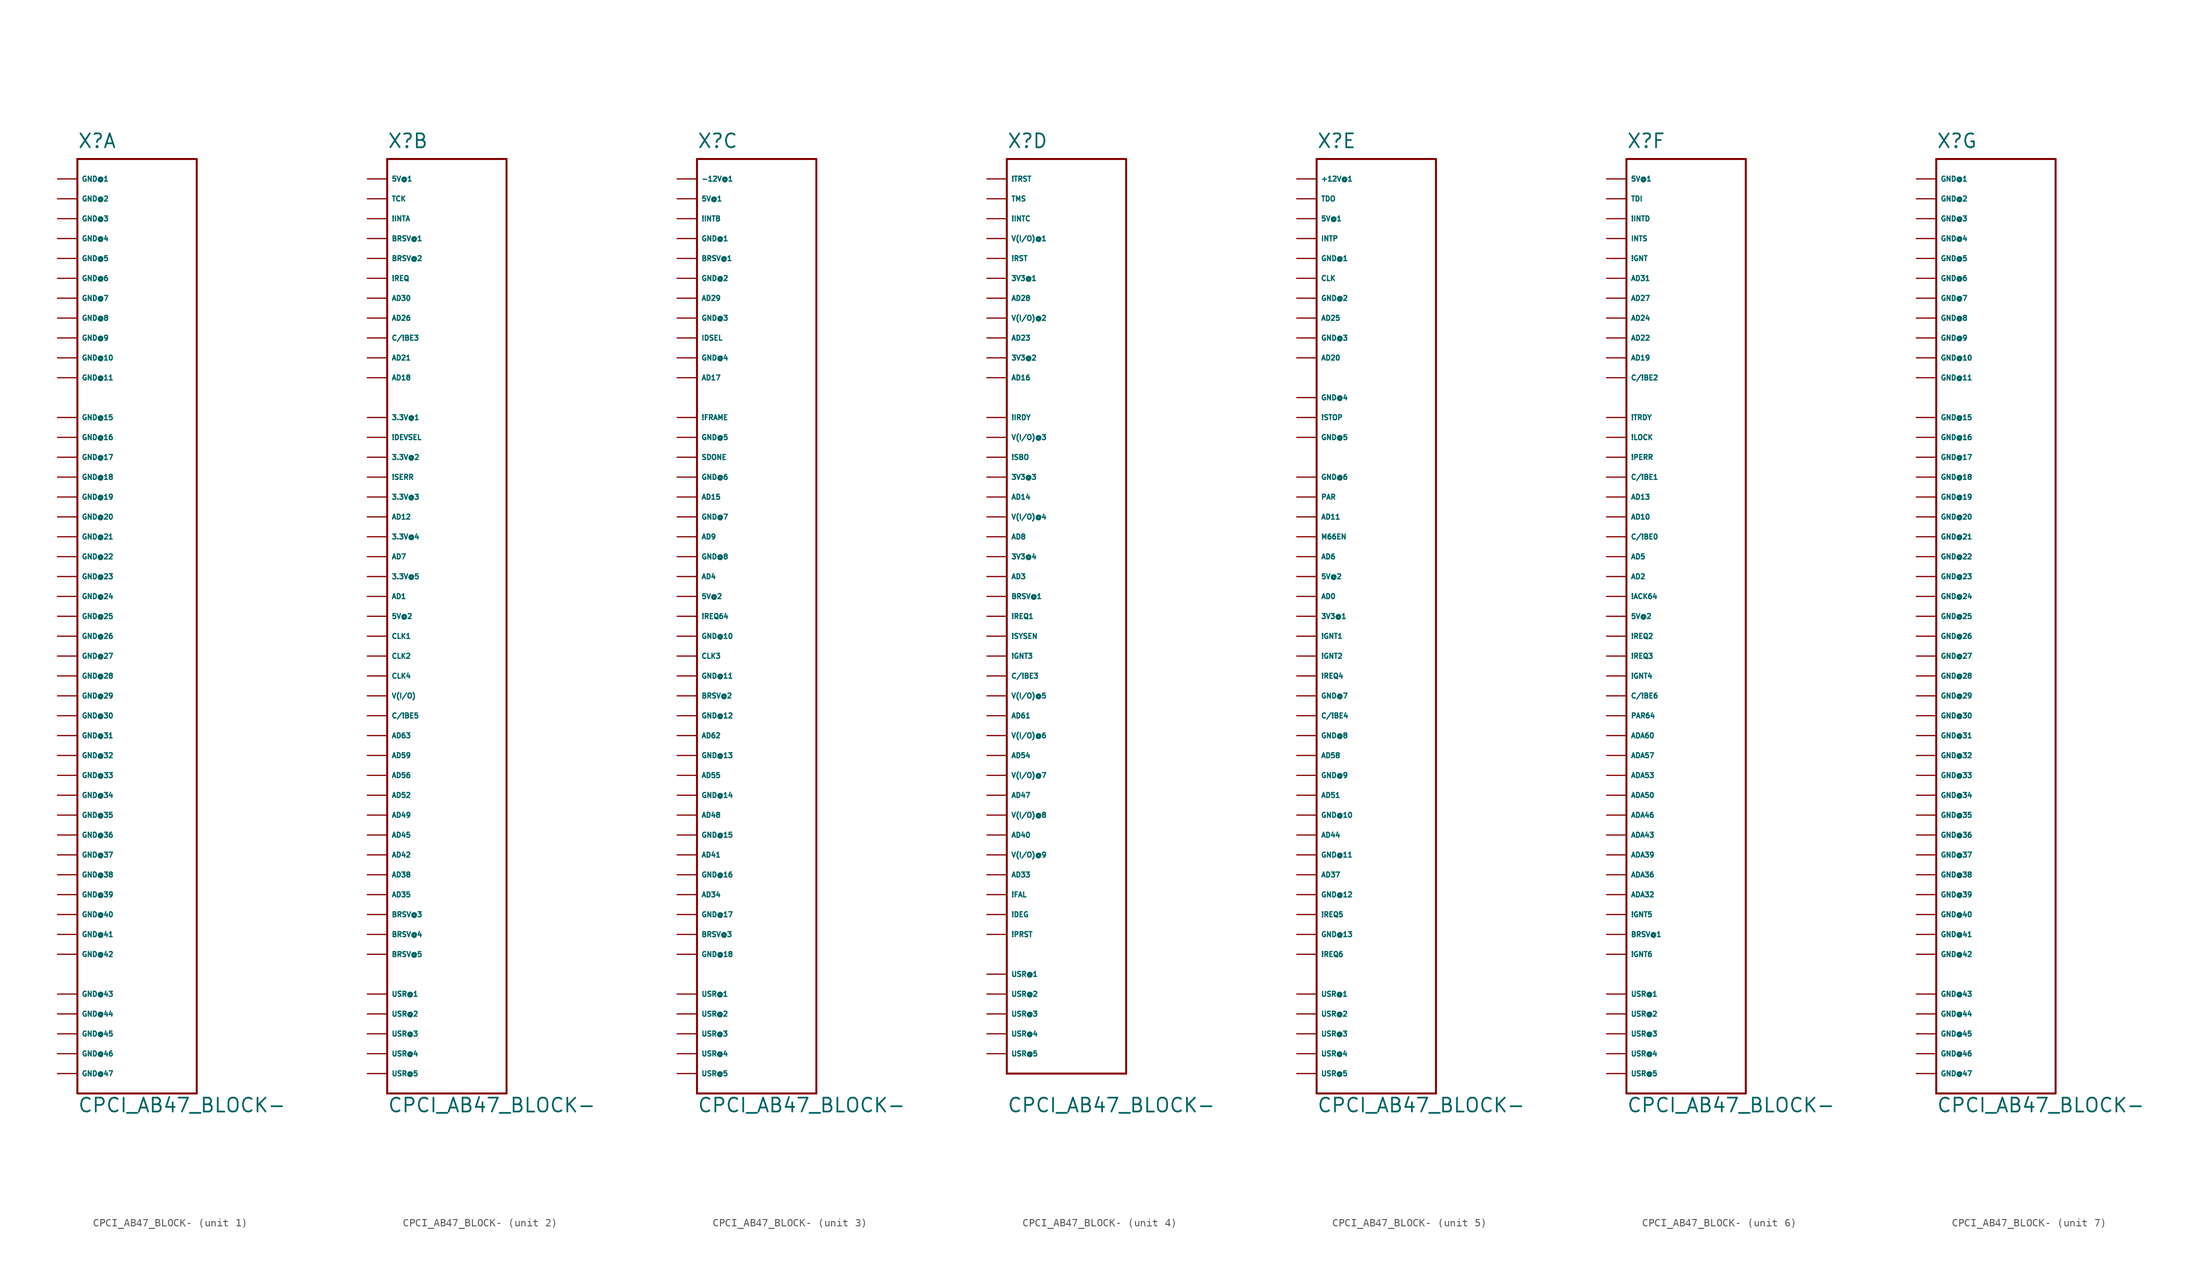
<source format=kicad_sym>
(kicad_symbol_lib
  (version 20220914)
  (generator Eagle2Kicad)
  (symbol "CPCI_AB47_BLOCK-"
    (property "Reference" "X"
      (at 0 3.81 0)
      (effects (font (size 1.778 1.778) (thickness 0.22)) (justify left bottom)))
    (property "Value" "CPCI_AB47_BLOCK-"
      (at 0 -119.38 0)
      (effects (font (size 1.778 1.778) (thickness 0.22)) (justify left bottom)))
    (symbol "CPCI_AB47_BLOCK-_1_0"
      (polyline (pts (xy 0 2.54) (xy 15.24 2.54)) (stroke (width 0.254) (type default)) (fill (type none)))
      (polyline (pts (xy 15.24 2.54) (xy 15.24 -116.84)) (stroke (width 0.254) (type default)) (fill (type none)))
      (polyline (pts (xy 15.24 -116.84) (xy 0 -116.84)) (stroke (width 0.254) (type default)) (fill (type none)))
      (polyline (pts (xy 0 -116.84) (xy 0 2.54)) (stroke (width 0.254) (type default)) (fill (type none)))
      (pin unspecified line (at -2.54 0 0) (length 2.54) (name "GND@1" (effects (font (size 0.635 0.635) (thickness 0.08)) (justify left bottom))) (number "" (effects (font (size 0.635 0.635) (thickness 0.08)) (justify left bottom))))
      (pin unspecified line (at -2.54 -2.54 0) (length 2.54) (name "GND@2" (effects (font (size 0.635 0.635) (thickness 0.08)) (justify left bottom))) (number "" (effects (font (size 0.635 0.635) (thickness 0.08)) (justify left bottom))))
      (pin unspecified line (at -2.54 -5.08 0) (length 2.54) (name "GND@3" (effects (font (size 0.635 0.635) (thickness 0.08)) (justify left bottom))) (number "" (effects (font (size 0.635 0.635) (thickness 0.08)) (justify left bottom))))
      (pin unspecified line (at -2.54 -7.62 0) (length 2.54) (name "GND@4" (effects (font (size 0.635 0.635) (thickness 0.08)) (justify left bottom))) (number "" (effects (font (size 0.635 0.635) (thickness 0.08)) (justify left bottom))))
      (pin unspecified line (at -2.54 -10.16 0) (length 2.54) (name "GND@5" (effects (font (size 0.635 0.635) (thickness 0.08)) (justify left bottom))) (number "" (effects (font (size 0.635 0.635) (thickness 0.08)) (justify left bottom))))
      (pin unspecified line (at -2.54 -12.7 0) (length 2.54) (name "GND@6" (effects (font (size 0.635 0.635) (thickness 0.08)) (justify left bottom))) (number "" (effects (font (size 0.635 0.635) (thickness 0.08)) (justify left bottom))))
      (pin unspecified line (at -2.54 -15.24 0) (length 2.54) (name "GND@7" (effects (font (size 0.635 0.635) (thickness 0.08)) (justify left bottom))) (number "" (effects (font (size 0.635 0.635) (thickness 0.08)) (justify left bottom))))
      (pin unspecified line (at -2.54 -17.78 0) (length 2.54) (name "GND@8" (effects (font (size 0.635 0.635) (thickness 0.08)) (justify left bottom))) (number "" (effects (font (size 0.635 0.635) (thickness 0.08)) (justify left bottom))))
      (pin unspecified line (at -2.54 -20.32 0) (length 2.54) (name "GND@9" (effects (font (size 0.635 0.635) (thickness 0.08)) (justify left bottom))) (number "" (effects (font (size 0.635 0.635) (thickness 0.08)) (justify left bottom))))
      (pin unspecified line (at -2.54 -22.86 0) (length 2.54) (name "GND@10" (effects (font (size 0.635 0.635) (thickness 0.08)) (justify left bottom))) (number "" (effects (font (size 0.635 0.635) (thickness 0.08)) (justify left bottom))))
      (pin unspecified line (at -2.54 -25.4 0) (length 2.54) (name "GND@11" (effects (font (size 0.635 0.635) (thickness 0.08)) (justify left bottom))) (number "" (effects (font (size 0.635 0.635) (thickness 0.08)) (justify left bottom))))
      (pin unspecified line (at -2.54 -30.48 0) (length 2.54) (name "GND@15" (effects (font (size 0.635 0.635) (thickness 0.08)) (justify left bottom))) (number "" (effects (font (size 0.635 0.635) (thickness 0.08)) (justify left bottom))))
      (pin unspecified line (at -2.54 -33.02 0) (length 2.54) (name "GND@16" (effects (font (size 0.635 0.635) (thickness 0.08)) (justify left bottom))) (number "" (effects (font (size 0.635 0.635) (thickness 0.08)) (justify left bottom))))
      (pin unspecified line (at -2.54 -35.56 0) (length 2.54) (name "GND@17" (effects (font (size 0.635 0.635) (thickness 0.08)) (justify left bottom))) (number "" (effects (font (size 0.635 0.635) (thickness 0.08)) (justify left bottom))))
      (pin unspecified line (at -2.54 -38.1 0) (length 2.54) (name "GND@18" (effects (font (size 0.635 0.635) (thickness 0.08)) (justify left bottom))) (number "" (effects (font (size 0.635 0.635) (thickness 0.08)) (justify left bottom))))
      (pin unspecified line (at -2.54 -40.64 0) (length 2.54) (name "GND@19" (effects (font (size 0.635 0.635) (thickness 0.08)) (justify left bottom))) (number "" (effects (font (size 0.635 0.635) (thickness 0.08)) (justify left bottom))))
      (pin unspecified line (at -2.54 -43.18 0) (length 2.54) (name "GND@20" (effects (font (size 0.635 0.635) (thickness 0.08)) (justify left bottom))) (number "" (effects (font (size 0.635 0.635) (thickness 0.08)) (justify left bottom))))
      (pin unspecified line (at -2.54 -45.72 0) (length 2.54) (name "GND@21" (effects (font (size 0.635 0.635) (thickness 0.08)) (justify left bottom))) (number "" (effects (font (size 0.635 0.635) (thickness 0.08)) (justify left bottom))))
      (pin unspecified line (at -2.54 -48.26 0) (length 2.54) (name "GND@22" (effects (font (size 0.635 0.635) (thickness 0.08)) (justify left bottom))) (number "" (effects (font (size 0.635 0.635) (thickness 0.08)) (justify left bottom))))
      (pin unspecified line (at -2.54 -50.8 0) (length 2.54) (name "GND@23" (effects (font (size 0.635 0.635) (thickness 0.08)) (justify left bottom))) (number "" (effects (font (size 0.635 0.635) (thickness 0.08)) (justify left bottom))))
      (pin unspecified line (at -2.54 -53.34 0) (length 2.54) (name "GND@24" (effects (font (size 0.635 0.635) (thickness 0.08)) (justify left bottom))) (number "" (effects (font (size 0.635 0.635) (thickness 0.08)) (justify left bottom))))
      (pin unspecified line (at -2.54 -55.88 0) (length 2.54) (name "GND@25" (effects (font (size 0.635 0.635) (thickness 0.08)) (justify left bottom))) (number "" (effects (font (size 0.635 0.635) (thickness 0.08)) (justify left bottom))))
      (pin unspecified line (at -2.54 -58.42 0) (length 2.54) (name "GND@26" (effects (font (size 0.635 0.635) (thickness 0.08)) (justify left bottom))) (number "" (effects (font (size 0.635 0.635) (thickness 0.08)) (justify left bottom))))
      (pin unspecified line (at -2.54 -60.96 0) (length 2.54) (name "GND@27" (effects (font (size 0.635 0.635) (thickness 0.08)) (justify left bottom))) (number "" (effects (font (size 0.635 0.635) (thickness 0.08)) (justify left bottom))))
      (pin unspecified line (at -2.54 -63.5 0) (length 2.54) (name "GND@28" (effects (font (size 0.635 0.635) (thickness 0.08)) (justify left bottom))) (number "" (effects (font (size 0.635 0.635) (thickness 0.08)) (justify left bottom))))
      (pin unspecified line (at -2.54 -66.04 0) (length 2.54) (name "GND@29" (effects (font (size 0.635 0.635) (thickness 0.08)) (justify left bottom))) (number "" (effects (font (size 0.635 0.635) (thickness 0.08)) (justify left bottom))))
      (pin unspecified line (at -2.54 -68.58 0) (length 2.54) (name "GND@30" (effects (font (size 0.635 0.635) (thickness 0.08)) (justify left bottom))) (number "" (effects (font (size 0.635 0.635) (thickness 0.08)) (justify left bottom))))
      (pin unspecified line (at -2.54 -71.12 0) (length 2.54) (name "GND@31" (effects (font (size 0.635 0.635) (thickness 0.08)) (justify left bottom))) (number "" (effects (font (size 0.635 0.635) (thickness 0.08)) (justify left bottom))))
      (pin unspecified line (at -2.54 -73.66 0) (length 2.54) (name "GND@32" (effects (font (size 0.635 0.635) (thickness 0.08)) (justify left bottom))) (number "" (effects (font (size 0.635 0.635) (thickness 0.08)) (justify left bottom))))
      (pin unspecified line (at -2.54 -76.2 0) (length 2.54) (name "GND@33" (effects (font (size 0.635 0.635) (thickness 0.08)) (justify left bottom))) (number "" (effects (font (size 0.635 0.635) (thickness 0.08)) (justify left bottom))))
      (pin unspecified line (at -2.54 -78.74 0) (length 2.54) (name "GND@34" (effects (font (size 0.635 0.635) (thickness 0.08)) (justify left bottom))) (number "" (effects (font (size 0.635 0.635) (thickness 0.08)) (justify left bottom))))
      (pin unspecified line (at -2.54 -81.28 0) (length 2.54) (name "GND@35" (effects (font (size 0.635 0.635) (thickness 0.08)) (justify left bottom))) (number "" (effects (font (size 0.635 0.635) (thickness 0.08)) (justify left bottom))))
      (pin unspecified line (at -2.54 -83.82 0) (length 2.54) (name "GND@36" (effects (font (size 0.635 0.635) (thickness 0.08)) (justify left bottom))) (number "" (effects (font (size 0.635 0.635) (thickness 0.08)) (justify left bottom))))
      (pin unspecified line (at -2.54 -86.36 0) (length 2.54) (name "GND@37" (effects (font (size 0.635 0.635) (thickness 0.08)) (justify left bottom))) (number "" (effects (font (size 0.635 0.635) (thickness 0.08)) (justify left bottom))))
      (pin unspecified line (at -2.54 -88.9 0) (length 2.54) (name "GND@38" (effects (font (size 0.635 0.635) (thickness 0.08)) (justify left bottom))) (number "" (effects (font (size 0.635 0.635) (thickness 0.08)) (justify left bottom))))
      (pin unspecified line (at -2.54 -91.44 0) (length 2.54) (name "GND@39" (effects (font (size 0.635 0.635) (thickness 0.08)) (justify left bottom))) (number "" (effects (font (size 0.635 0.635) (thickness 0.08)) (justify left bottom))))
      (pin unspecified line (at -2.54 -93.98 0) (length 2.54) (name "GND@40" (effects (font (size 0.635 0.635) (thickness 0.08)) (justify left bottom))) (number "" (effects (font (size 0.635 0.635) (thickness 0.08)) (justify left bottom))))
      (pin unspecified line (at -2.54 -96.52 0) (length 2.54) (name "GND@41" (effects (font (size 0.635 0.635) (thickness 0.08)) (justify left bottom))) (number "" (effects (font (size 0.635 0.635) (thickness 0.08)) (justify left bottom))))
      (pin unspecified line (at -2.54 -99.06 0) (length 2.54) (name "GND@42" (effects (font (size 0.635 0.635) (thickness 0.08)) (justify left bottom))) (number "" (effects (font (size 0.635 0.635) (thickness 0.08)) (justify left bottom))))
      (pin unspecified line (at -2.54 -104.14 0) (length 2.54) (name "GND@43" (effects (font (size 0.635 0.635) (thickness 0.08)) (justify left bottom))) (number "" (effects (font (size 0.635 0.635) (thickness 0.08)) (justify left bottom))))
      (pin unspecified line (at -2.54 -106.68 0) (length 2.54) (name "GND@44" (effects (font (size 0.635 0.635) (thickness 0.08)) (justify left bottom))) (number "" (effects (font (size 0.635 0.635) (thickness 0.08)) (justify left bottom))))
      (pin unspecified line (at -2.54 -109.22 0) (length 2.54) (name "GND@45" (effects (font (size 0.635 0.635) (thickness 0.08)) (justify left bottom))) (number "" (effects (font (size 0.635 0.635) (thickness 0.08)) (justify left bottom))))
      (pin unspecified line (at -2.54 -111.76 0) (length 2.54) (name "GND@46" (effects (font (size 0.635 0.635) (thickness 0.08)) (justify left bottom))) (number "" (effects (font (size 0.635 0.635) (thickness 0.08)) (justify left bottom))))
      (pin unspecified line (at -2.54 -114.3 0) (length 2.54) (name "GND@47" (effects (font (size 0.635 0.635) (thickness 0.08)) (justify left bottom))) (number "" (effects (font (size 0.635 0.635) (thickness 0.08)) (justify left bottom)))))
    (symbol "CPCI_AB47_BLOCK-_2_0"
      (polyline (pts (xy 0 2.54) (xy 15.24 2.54)) (stroke (width 0.254) (type default)) (fill (type none)))
      (polyline (pts (xy 15.24 2.54) (xy 15.24 -116.84)) (stroke (width 0.254) (type default)) (fill (type none)))
      (polyline (pts (xy 15.24 -116.84) (xy 0 -116.84)) (stroke (width 0.254) (type default)) (fill (type none)))
      (polyline (pts (xy 0 -116.84) (xy 0 2.54)) (stroke (width 0.254) (type default)) (fill (type none)))
      (pin passive line (at -2.54 0 0) (length 2.54) (name "5V@1" (effects (font (size 0.635 0.635) (thickness 0.08)) (justify left bottom))) (number "" (effects (font (size 0.635 0.635) (thickness 0.08)) (justify left bottom))))
      (pin passive line (at -2.54 -2.54 0) (length 2.54) (name "TCK" (effects (font (size 0.635 0.635) (thickness 0.08)) (justify left bottom))) (number "" (effects (font (size 0.635 0.635) (thickness 0.08)) (justify left bottom))))
      (pin passive line (at -2.54 -5.08 0) (length 2.54) (name "!INTA" (effects (font (size 0.635 0.635) (thickness 0.08)) (justify left bottom))) (number "" (effects (font (size 0.635 0.635) (thickness 0.08)) (justify left bottom))))
      (pin passive line (at -2.54 -7.62 0) (length 2.54) (name "BRSV@1" (effects (font (size 0.635 0.635) (thickness 0.08)) (justify left bottom))) (number "" (effects (font (size 0.635 0.635) (thickness 0.08)) (justify left bottom))))
      (pin passive line (at -2.54 -10.16 0) (length 2.54) (name "BRSV@2" (effects (font (size 0.635 0.635) (thickness 0.08)) (justify left bottom))) (number "" (effects (font (size 0.635 0.635) (thickness 0.08)) (justify left bottom))))
      (pin passive line (at -2.54 -12.7 0) (length 2.54) (name "!REQ" (effects (font (size 0.635 0.635) (thickness 0.08)) (justify left bottom))) (number "" (effects (font (size 0.635 0.635) (thickness 0.08)) (justify left bottom))))
      (pin passive line (at -2.54 -15.24 0) (length 2.54) (name "AD30" (effects (font (size 0.635 0.635) (thickness 0.08)) (justify left bottom))) (number "" (effects (font (size 0.635 0.635) (thickness 0.08)) (justify left bottom))))
      (pin passive line (at -2.54 -17.78 0) (length 2.54) (name "AD26" (effects (font (size 0.635 0.635) (thickness 0.08)) (justify left bottom))) (number "" (effects (font (size 0.635 0.635) (thickness 0.08)) (justify left bottom))))
      (pin passive line (at -2.54 -20.32 0) (length 2.54) (name "C/!BE3" (effects (font (size 0.635 0.635) (thickness 0.08)) (justify left bottom))) (number "" (effects (font (size 0.635 0.635) (thickness 0.08)) (justify left bottom))))
      (pin passive line (at -2.54 -22.86 0) (length 2.54) (name "AD21" (effects (font (size 0.635 0.635) (thickness 0.08)) (justify left bottom))) (number "" (effects (font (size 0.635 0.635) (thickness 0.08)) (justify left bottom))))
      (pin passive line (at -2.54 -25.4 0) (length 2.54) (name "AD18" (effects (font (size 0.635 0.635) (thickness 0.08)) (justify left bottom))) (number "" (effects (font (size 0.635 0.635) (thickness 0.08)) (justify left bottom))))
      (pin passive line (at -2.54 -30.48 0) (length 2.54) (name "3.3V@1" (effects (font (size 0.635 0.635) (thickness 0.08)) (justify left bottom))) (number "" (effects (font (size 0.635 0.635) (thickness 0.08)) (justify left bottom))))
      (pin passive line (at -2.54 -33.02 0) (length 2.54) (name "!DEVSEL" (effects (font (size 0.635 0.635) (thickness 0.08)) (justify left bottom))) (number "" (effects (font (size 0.635 0.635) (thickness 0.08)) (justify left bottom))))
      (pin passive line (at -2.54 -35.56 0) (length 2.54) (name "3.3V@2" (effects (font (size 0.635 0.635) (thickness 0.08)) (justify left bottom))) (number "" (effects (font (size 0.635 0.635) (thickness 0.08)) (justify left bottom))))
      (pin passive line (at -2.54 -38.1 0) (length 2.54) (name "!SERR" (effects (font (size 0.635 0.635) (thickness 0.08)) (justify left bottom))) (number "" (effects (font (size 0.635 0.635) (thickness 0.08)) (justify left bottom))))
      (pin passive line (at -2.54 -40.64 0) (length 2.54) (name "3.3V@3" (effects (font (size 0.635 0.635) (thickness 0.08)) (justify left bottom))) (number "" (effects (font (size 0.635 0.635) (thickness 0.08)) (justify left bottom))))
      (pin passive line (at -2.54 -43.18 0) (length 2.54) (name "AD12" (effects (font (size 0.635 0.635) (thickness 0.08)) (justify left bottom))) (number "" (effects (font (size 0.635 0.635) (thickness 0.08)) (justify left bottom))))
      (pin passive line (at -2.54 -45.72 0) (length 2.54) (name "3.3V@4" (effects (font (size 0.635 0.635) (thickness 0.08)) (justify left bottom))) (number "" (effects (font (size 0.635 0.635) (thickness 0.08)) (justify left bottom))))
      (pin passive line (at -2.54 -48.26 0) (length 2.54) (name "AD7" (effects (font (size 0.635 0.635) (thickness 0.08)) (justify left bottom))) (number "" (effects (font (size 0.635 0.635) (thickness 0.08)) (justify left bottom))))
      (pin passive line (at -2.54 -50.8 0) (length 2.54) (name "3.3V@5" (effects (font (size 0.635 0.635) (thickness 0.08)) (justify left bottom))) (number "" (effects (font (size 0.635 0.635) (thickness 0.08)) (justify left bottom))))
      (pin passive line (at -2.54 -53.34 0) (length 2.54) (name "AD1" (effects (font (size 0.635 0.635) (thickness 0.08)) (justify left bottom))) (number "" (effects (font (size 0.635 0.635) (thickness 0.08)) (justify left bottom))))
      (pin passive line (at -2.54 -55.88 0) (length 2.54) (name "5V@2" (effects (font (size 0.635 0.635) (thickness 0.08)) (justify left bottom))) (number "" (effects (font (size 0.635 0.635) (thickness 0.08)) (justify left bottom))))
      (pin passive line (at -2.54 -58.42 0) (length 2.54) (name "CLK1" (effects (font (size 0.635 0.635) (thickness 0.08)) (justify left bottom))) (number "" (effects (font (size 0.635 0.635) (thickness 0.08)) (justify left bottom))))
      (pin passive line (at -2.54 -60.96 0) (length 2.54) (name "CLK2" (effects (font (size 0.635 0.635) (thickness 0.08)) (justify left bottom))) (number "" (effects (font (size 0.635 0.635) (thickness 0.08)) (justify left bottom))))
      (pin passive line (at -2.54 -63.5 0) (length 2.54) (name "CLK4" (effects (font (size 0.635 0.635) (thickness 0.08)) (justify left bottom))) (number "" (effects (font (size 0.635 0.635) (thickness 0.08)) (justify left bottom))))
      (pin passive line (at -2.54 -66.04 0) (length 2.54) (name "V(I/O)" (effects (font (size 0.635 0.635) (thickness 0.08)) (justify left bottom))) (number "" (effects (font (size 0.635 0.635) (thickness 0.08)) (justify left bottom))))
      (pin passive line (at -2.54 -68.58 0) (length 2.54) (name "C/!BE5" (effects (font (size 0.635 0.635) (thickness 0.08)) (justify left bottom))) (number "" (effects (font (size 0.635 0.635) (thickness 0.08)) (justify left bottom))))
      (pin passive line (at -2.54 -71.12 0) (length 2.54) (name "AD63" (effects (font (size 0.635 0.635) (thickness 0.08)) (justify left bottom))) (number "" (effects (font (size 0.635 0.635) (thickness 0.08)) (justify left bottom))))
      (pin passive line (at -2.54 -73.66 0) (length 2.54) (name "AD59" (effects (font (size 0.635 0.635) (thickness 0.08)) (justify left bottom))) (number "" (effects (font (size 0.635 0.635) (thickness 0.08)) (justify left bottom))))
      (pin passive line (at -2.54 -76.2 0) (length 2.54) (name "AD56" (effects (font (size 0.635 0.635) (thickness 0.08)) (justify left bottom))) (number "" (effects (font (size 0.635 0.635) (thickness 0.08)) (justify left bottom))))
      (pin passive line (at -2.54 -78.74 0) (length 2.54) (name "AD52" (effects (font (size 0.635 0.635) (thickness 0.08)) (justify left bottom))) (number "" (effects (font (size 0.635 0.635) (thickness 0.08)) (justify left bottom))))
      (pin passive line (at -2.54 -81.28 0) (length 2.54) (name "AD49" (effects (font (size 0.635 0.635) (thickness 0.08)) (justify left bottom))) (number "" (effects (font (size 0.635 0.635) (thickness 0.08)) (justify left bottom))))
      (pin passive line (at -2.54 -83.82 0) (length 2.54) (name "AD45" (effects (font (size 0.635 0.635) (thickness 0.08)) (justify left bottom))) (number "" (effects (font (size 0.635 0.635) (thickness 0.08)) (justify left bottom))))
      (pin passive line (at -2.54 -86.36 0) (length 2.54) (name "AD42" (effects (font (size 0.635 0.635) (thickness 0.08)) (justify left bottom))) (number "" (effects (font (size 0.635 0.635) (thickness 0.08)) (justify left bottom))))
      (pin passive line (at -2.54 -88.9 0) (length 2.54) (name "AD38" (effects (font (size 0.635 0.635) (thickness 0.08)) (justify left bottom))) (number "" (effects (font (size 0.635 0.635) (thickness 0.08)) (justify left bottom))))
      (pin passive line (at -2.54 -91.44 0) (length 2.54) (name "AD35" (effects (font (size 0.635 0.635) (thickness 0.08)) (justify left bottom))) (number "" (effects (font (size 0.635 0.635) (thickness 0.08)) (justify left bottom))))
      (pin passive line (at -2.54 -93.98 0) (length 2.54) (name "BRSV@3" (effects (font (size 0.635 0.635) (thickness 0.08)) (justify left bottom))) (number "" (effects (font (size 0.635 0.635) (thickness 0.08)) (justify left bottom))))
      (pin passive line (at -2.54 -96.52 0) (length 2.54) (name "BRSV@4" (effects (font (size 0.635 0.635) (thickness 0.08)) (justify left bottom))) (number "" (effects (font (size 0.635 0.635) (thickness 0.08)) (justify left bottom))))
      (pin passive line (at -2.54 -99.06 0) (length 2.54) (name "BRSV@5" (effects (font (size 0.635 0.635) (thickness 0.08)) (justify left bottom))) (number "" (effects (font (size 0.635 0.635) (thickness 0.08)) (justify left bottom))))
      (pin passive line (at -2.54 -104.14 0) (length 2.54) (name "USR@1" (effects (font (size 0.635 0.635) (thickness 0.08)) (justify left bottom))) (number "" (effects (font (size 0.635 0.635) (thickness 0.08)) (justify left bottom))))
      (pin passive line (at -2.54 -106.68 0) (length 2.54) (name "USR@2" (effects (font (size 0.635 0.635) (thickness 0.08)) (justify left bottom))) (number "" (effects (font (size 0.635 0.635) (thickness 0.08)) (justify left bottom))))
      (pin passive line (at -2.54 -109.22 0) (length 2.54) (name "USR@3" (effects (font (size 0.635 0.635) (thickness 0.08)) (justify left bottom))) (number "" (effects (font (size 0.635 0.635) (thickness 0.08)) (justify left bottom))))
      (pin passive line (at -2.54 -111.76 0) (length 2.54) (name "USR@4" (effects (font (size 0.635 0.635) (thickness 0.08)) (justify left bottom))) (number "" (effects (font (size 0.635 0.635) (thickness 0.08)) (justify left bottom))))
      (pin passive line (at -2.54 -114.3 0) (length 2.54) (name "USR@5" (effects (font (size 0.635 0.635) (thickness 0.08)) (justify left bottom))) (number "" (effects (font (size 0.635 0.635) (thickness 0.08)) (justify left bottom)))))
    (symbol "CPCI_AB47_BLOCK-_3_0"
      (polyline (pts (xy 0 2.54) (xy 15.24 2.54)) (stroke (width 0.254) (type default)) (fill (type none)))
      (polyline (pts (xy 15.24 2.54) (xy 15.24 -116.84)) (stroke (width 0.254) (type default)) (fill (type none)))
      (polyline (pts (xy 15.24 -116.84) (xy 0 -116.84)) (stroke (width 0.254) (type default)) (fill (type none)))
      (polyline (pts (xy 0 -116.84) (xy 0 2.54)) (stroke (width 0.254) (type default)) (fill (type none)))
      (pin passive line (at -2.54 0 0) (length 2.54) (name "-12V@1" (effects (font (size 0.635 0.635) (thickness 0.08)) (justify left bottom))) (number "" (effects (font (size 0.635 0.635) (thickness 0.08)) (justify left bottom))))
      (pin passive line (at -2.54 -2.54 0) (length 2.54) (name "5V@1" (effects (font (size 0.635 0.635) (thickness 0.08)) (justify left bottom))) (number "" (effects (font (size 0.635 0.635) (thickness 0.08)) (justify left bottom))))
      (pin passive line (at -2.54 -5.08 0) (length 2.54) (name "!INTB" (effects (font (size 0.635 0.635) (thickness 0.08)) (justify left bottom))) (number "" (effects (font (size 0.635 0.635) (thickness 0.08)) (justify left bottom))))
      (pin passive line (at -2.54 -7.62 0) (length 2.54) (name "GND@1" (effects (font (size 0.635 0.635) (thickness 0.08)) (justify left bottom))) (number "" (effects (font (size 0.635 0.635) (thickness 0.08)) (justify left bottom))))
      (pin passive line (at -2.54 -10.16 0) (length 2.54) (name "BRSV@1" (effects (font (size 0.635 0.635) (thickness 0.08)) (justify left bottom))) (number "" (effects (font (size 0.635 0.635) (thickness 0.08)) (justify left bottom))))
      (pin passive line (at -2.54 -12.7 0) (length 2.54) (name "GND@2" (effects (font (size 0.635 0.635) (thickness 0.08)) (justify left bottom))) (number "" (effects (font (size 0.635 0.635) (thickness 0.08)) (justify left bottom))))
      (pin passive line (at -2.54 -15.24 0) (length 2.54) (name "AD29" (effects (font (size 0.635 0.635) (thickness 0.08)) (justify left bottom))) (number "" (effects (font (size 0.635 0.635) (thickness 0.08)) (justify left bottom))))
      (pin passive line (at -2.54 -17.78 0) (length 2.54) (name "GND@3" (effects (font (size 0.635 0.635) (thickness 0.08)) (justify left bottom))) (number "" (effects (font (size 0.635 0.635) (thickness 0.08)) (justify left bottom))))
      (pin passive line (at -2.54 -20.32 0) (length 2.54) (name "IDSEL" (effects (font (size 0.635 0.635) (thickness 0.08)) (justify left bottom))) (number "" (effects (font (size 0.635 0.635) (thickness 0.08)) (justify left bottom))))
      (pin passive line (at -2.54 -22.86 0) (length 2.54) (name "GND@4" (effects (font (size 0.635 0.635) (thickness 0.08)) (justify left bottom))) (number "" (effects (font (size 0.635 0.635) (thickness 0.08)) (justify left bottom))))
      (pin passive line (at -2.54 -25.4 0) (length 2.54) (name "AD17" (effects (font (size 0.635 0.635) (thickness 0.08)) (justify left bottom))) (number "" (effects (font (size 0.635 0.635) (thickness 0.08)) (justify left bottom))))
      (pin passive line (at -2.54 -30.48 0) (length 2.54) (name "!FRAME" (effects (font (size 0.635 0.635) (thickness 0.08)) (justify left bottom))) (number "" (effects (font (size 0.635 0.635) (thickness 0.08)) (justify left bottom))))
      (pin passive line (at -2.54 -33.02 0) (length 2.54) (name "GND@5" (effects (font (size 0.635 0.635) (thickness 0.08)) (justify left bottom))) (number "" (effects (font (size 0.635 0.635) (thickness 0.08)) (justify left bottom))))
      (pin passive line (at -2.54 -35.56 0) (length 2.54) (name "SDONE" (effects (font (size 0.635 0.635) (thickness 0.08)) (justify left bottom))) (number "" (effects (font (size 0.635 0.635) (thickness 0.08)) (justify left bottom))))
      (pin passive line (at -2.54 -38.1 0) (length 2.54) (name "GND@6" (effects (font (size 0.635 0.635) (thickness 0.08)) (justify left bottom))) (number "" (effects (font (size 0.635 0.635) (thickness 0.08)) (justify left bottom))))
      (pin passive line (at -2.54 -40.64 0) (length 2.54) (name "AD15" (effects (font (size 0.635 0.635) (thickness 0.08)) (justify left bottom))) (number "" (effects (font (size 0.635 0.635) (thickness 0.08)) (justify left bottom))))
      (pin passive line (at -2.54 -43.18 0) (length 2.54) (name "GND@7" (effects (font (size 0.635 0.635) (thickness 0.08)) (justify left bottom))) (number "" (effects (font (size 0.635 0.635) (thickness 0.08)) (justify left bottom))))
      (pin passive line (at -2.54 -48.26 0) (length 2.54) (name "GND@8" (effects (font (size 0.635 0.635) (thickness 0.08)) (justify left bottom))) (number "" (effects (font (size 0.635 0.635) (thickness 0.08)) (justify left bottom))))
      (pin passive line (at -2.54 -53.34 0) (length 2.54) (name "5V@2" (effects (font (size 0.635 0.635) (thickness 0.08)) (justify left bottom))) (number "" (effects (font (size 0.635 0.635) (thickness 0.08)) (justify left bottom))))
      (pin passive line (at -2.54 -58.42 0) (length 2.54) (name "GND@10" (effects (font (size 0.635 0.635) (thickness 0.08)) (justify left bottom))) (number "" (effects (font (size 0.635 0.635) (thickness 0.08)) (justify left bottom))))
      (pin passive line (at -2.54 -63.5 0) (length 2.54) (name "GND@11" (effects (font (size 0.635 0.635) (thickness 0.08)) (justify left bottom))) (number "" (effects (font (size 0.635 0.635) (thickness 0.08)) (justify left bottom))))
      (pin passive line (at -2.54 -68.58 0) (length 2.54) (name "GND@12" (effects (font (size 0.635 0.635) (thickness 0.08)) (justify left bottom))) (number "" (effects (font (size 0.635 0.635) (thickness 0.08)) (justify left bottom))))
      (pin passive line (at -2.54 -73.66 0) (length 2.54) (name "GND@13" (effects (font (size 0.635 0.635) (thickness 0.08)) (justify left bottom))) (number "" (effects (font (size 0.635 0.635) (thickness 0.08)) (justify left bottom))))
      (pin passive line (at -2.54 -78.74 0) (length 2.54) (name "GND@14" (effects (font (size 0.635 0.635) (thickness 0.08)) (justify left bottom))) (number "" (effects (font (size 0.635 0.635) (thickness 0.08)) (justify left bottom))))
      (pin passive line (at -2.54 -45.72 0) (length 2.54) (name "AD9" (effects (font (size 0.635 0.635) (thickness 0.08)) (justify left bottom))) (number "" (effects (font (size 0.635 0.635) (thickness 0.08)) (justify left bottom))))
      (pin passive line (at -2.54 -50.8 0) (length 2.54) (name "AD4" (effects (font (size 0.635 0.635) (thickness 0.08)) (justify left bottom))) (number "" (effects (font (size 0.635 0.635) (thickness 0.08)) (justify left bottom))))
      (pin passive line (at -2.54 -55.88 0) (length 2.54) (name "!REQ64" (effects (font (size 0.635 0.635) (thickness 0.08)) (justify left bottom))) (number "" (effects (font (size 0.635 0.635) (thickness 0.08)) (justify left bottom))))
      (pin passive line (at -2.54 -60.96 0) (length 2.54) (name "CLK3" (effects (font (size 0.635 0.635) (thickness 0.08)) (justify left bottom))) (number "" (effects (font (size 0.635 0.635) (thickness 0.08)) (justify left bottom))))
      (pin passive line (at -2.54 -66.04 0) (length 2.54) (name "BRSV@2" (effects (font (size 0.635 0.635) (thickness 0.08)) (justify left bottom))) (number "" (effects (font (size 0.635 0.635) (thickness 0.08)) (justify left bottom))))
      (pin passive line (at -2.54 -71.12 0) (length 2.54) (name "AD62" (effects (font (size 0.635 0.635) (thickness 0.08)) (justify left bottom))) (number "" (effects (font (size 0.635 0.635) (thickness 0.08)) (justify left bottom))))
      (pin passive line (at -2.54 -76.2 0) (length 2.54) (name "AD55" (effects (font (size 0.635 0.635) (thickness 0.08)) (justify left bottom))) (number "" (effects (font (size 0.635 0.635) (thickness 0.08)) (justify left bottom))))
      (pin passive line (at -2.54 -81.28 0) (length 2.54) (name "AD48" (effects (font (size 0.635 0.635) (thickness 0.08)) (justify left bottom))) (number "" (effects (font (size 0.635 0.635) (thickness 0.08)) (justify left bottom))))
      (pin passive line (at -2.54 -86.36 0) (length 2.54) (name "AD41" (effects (font (size 0.635 0.635) (thickness 0.08)) (justify left bottom))) (number "" (effects (font (size 0.635 0.635) (thickness 0.08)) (justify left bottom))))
      (pin passive line (at -2.54 -91.44 0) (length 2.54) (name "AD34" (effects (font (size 0.635 0.635) (thickness 0.08)) (justify left bottom))) (number "" (effects (font (size 0.635 0.635) (thickness 0.08)) (justify left bottom))))
      (pin passive line (at -2.54 -83.82 0) (length 2.54) (name "GND@15" (effects (font (size 0.635 0.635) (thickness 0.08)) (justify left bottom))) (number "" (effects (font (size 0.635 0.635) (thickness 0.08)) (justify left bottom))))
      (pin passive line (at -2.54 -88.9 0) (length 2.54) (name "GND@16" (effects (font (size 0.635 0.635) (thickness 0.08)) (justify left bottom))) (number "" (effects (font (size 0.635 0.635) (thickness 0.08)) (justify left bottom))))
      (pin passive line (at -2.54 -93.98 0) (length 2.54) (name "GND@17" (effects (font (size 0.635 0.635) (thickness 0.08)) (justify left bottom))) (number "" (effects (font (size 0.635 0.635) (thickness 0.08)) (justify left bottom))))
      (pin passive line (at -2.54 -99.06 0) (length 2.54) (name "GND@18" (effects (font (size 0.635 0.635) (thickness 0.08)) (justify left bottom))) (number "" (effects (font (size 0.635 0.635) (thickness 0.08)) (justify left bottom))))
      (pin passive line (at -2.54 -96.52 0) (length 2.54) (name "BRSV@3" (effects (font (size 0.635 0.635) (thickness 0.08)) (justify left bottom))) (number "" (effects (font (size 0.635 0.635) (thickness 0.08)) (justify left bottom))))
      (pin passive line (at -2.54 -104.14 0) (length 2.54) (name "USR@1" (effects (font (size 0.635 0.635) (thickness 0.08)) (justify left bottom))) (number "" (effects (font (size 0.635 0.635) (thickness 0.08)) (justify left bottom))))
      (pin passive line (at -2.54 -106.68 0) (length 2.54) (name "USR@2" (effects (font (size 0.635 0.635) (thickness 0.08)) (justify left bottom))) (number "" (effects (font (size 0.635 0.635) (thickness 0.08)) (justify left bottom))))
      (pin passive line (at -2.54 -109.22 0) (length 2.54) (name "USR@3" (effects (font (size 0.635 0.635) (thickness 0.08)) (justify left bottom))) (number "" (effects (font (size 0.635 0.635) (thickness 0.08)) (justify left bottom))))
      (pin passive line (at -2.54 -111.76 0) (length 2.54) (name "USR@4" (effects (font (size 0.635 0.635) (thickness 0.08)) (justify left bottom))) (number "" (effects (font (size 0.635 0.635) (thickness 0.08)) (justify left bottom))))
      (pin passive line (at -2.54 -114.3 0) (length 2.54) (name "USR@5" (effects (font (size 0.635 0.635) (thickness 0.08)) (justify left bottom))) (number "" (effects (font (size 0.635 0.635) (thickness 0.08)) (justify left bottom)))))
    (symbol "CPCI_AB47_BLOCK-_4_0"
      (polyline (pts (xy 0 2.54) (xy 15.24 2.54)) (stroke (width 0.254) (type default)) (fill (type none)))
      (polyline (pts (xy 15.24 2.54) (xy 15.24 -114.3)) (stroke (width 0.254) (type default)) (fill (type none)))
      (polyline (pts (xy 15.24 -114.3) (xy 0 -114.3)) (stroke (width 0.254) (type default)) (fill (type none)))
      (polyline (pts (xy 0 -114.3) (xy 0 2.54)) (stroke (width 0.254) (type default)) (fill (type none)))
      (pin passive line (at -2.54 -101.6 0) (length 2.54) (name "USR@1" (effects (font (size 0.635 0.635) (thickness 0.08)) (justify left bottom))) (number "" (effects (font (size 0.635 0.635) (thickness 0.08)) (justify left bottom))))
      (pin passive line (at -2.54 -104.14 0) (length 2.54) (name "USR@2" (effects (font (size 0.635 0.635) (thickness 0.08)) (justify left bottom))) (number "" (effects (font (size 0.635 0.635) (thickness 0.08)) (justify left bottom))))
      (pin passive line (at -2.54 -106.68 0) (length 2.54) (name "USR@3" (effects (font (size 0.635 0.635) (thickness 0.08)) (justify left bottom))) (number "" (effects (font (size 0.635 0.635) (thickness 0.08)) (justify left bottom))))
      (pin passive line (at -2.54 -109.22 0) (length 2.54) (name "USR@4" (effects (font (size 0.635 0.635) (thickness 0.08)) (justify left bottom))) (number "" (effects (font (size 0.635 0.635) (thickness 0.08)) (justify left bottom))))
      (pin passive line (at -2.54 -111.76 0) (length 2.54) (name "USR@5" (effects (font (size 0.635 0.635) (thickness 0.08)) (justify left bottom))) (number "" (effects (font (size 0.635 0.635) (thickness 0.08)) (justify left bottom))))
      (pin passive line (at -2.54 0 0) (length 2.54) (name "!TRST" (effects (font (size 0.635 0.635) (thickness 0.08)) (justify left bottom))) (number "" (effects (font (size 0.635 0.635) (thickness 0.08)) (justify left bottom))))
      (pin passive line (at -2.54 -2.54 0) (length 2.54) (name "TMS" (effects (font (size 0.635 0.635) (thickness 0.08)) (justify left bottom))) (number "" (effects (font (size 0.635 0.635) (thickness 0.08)) (justify left bottom))))
      (pin passive line (at -2.54 -5.08 0) (length 2.54) (name "!INTC" (effects (font (size 0.635 0.635) (thickness 0.08)) (justify left bottom))) (number "" (effects (font (size 0.635 0.635) (thickness 0.08)) (justify left bottom))))
      (pin passive line (at -2.54 -7.62 0) (length 2.54) (name "V(I/O)@1" (effects (font (size 0.635 0.635) (thickness 0.08)) (justify left bottom))) (number "" (effects (font (size 0.635 0.635) (thickness 0.08)) (justify left bottom))))
      (pin passive line (at -2.54 -10.16 0) (length 2.54) (name "!RST" (effects (font (size 0.635 0.635) (thickness 0.08)) (justify left bottom))) (number "" (effects (font (size 0.635 0.635) (thickness 0.08)) (justify left bottom))))
      (pin passive line (at -2.54 -12.7 0) (length 2.54) (name "3V3@1" (effects (font (size 0.635 0.635) (thickness 0.08)) (justify left bottom))) (number "" (effects (font (size 0.635 0.635) (thickness 0.08)) (justify left bottom))))
      (pin passive line (at -2.54 -25.4 0) (length 2.54) (name "AD16" (effects (font (size 0.635 0.635) (thickness 0.08)) (justify left bottom))) (number "" (effects (font (size 0.635 0.635) (thickness 0.08)) (justify left bottom))))
      (pin passive line (at -2.54 -30.48 0) (length 2.54) (name "!IRDY" (effects (font (size 0.635 0.635) (thickness 0.08)) (justify left bottom))) (number "" (effects (font (size 0.635 0.635) (thickness 0.08)) (justify left bottom))))
      (pin passive line (at -2.54 -17.78 0) (length 2.54) (name "V(I/O)@2" (effects (font (size 0.635 0.635) (thickness 0.08)) (justify left bottom))) (number "" (effects (font (size 0.635 0.635) (thickness 0.08)) (justify left bottom))))
      (pin passive line (at -2.54 -33.02 0) (length 2.54) (name "V(I/O)@3" (effects (font (size 0.635 0.635) (thickness 0.08)) (justify left bottom))) (number "" (effects (font (size 0.635 0.635) (thickness 0.08)) (justify left bottom))))
      (pin passive line (at -2.54 -22.86 0) (length 2.54) (name "3V3@2" (effects (font (size 0.635 0.635) (thickness 0.08)) (justify left bottom))) (number "" (effects (font (size 0.635 0.635) (thickness 0.08)) (justify left bottom))))
      (pin passive line (at -2.54 -38.1 0) (length 2.54) (name "3V3@3" (effects (font (size 0.635 0.635) (thickness 0.08)) (justify left bottom))) (number "" (effects (font (size 0.635 0.635) (thickness 0.08)) (justify left bottom))))
      (pin passive line (at -2.54 -43.18 0) (length 2.54) (name "V(I/O)@4" (effects (font (size 0.635 0.635) (thickness 0.08)) (justify left bottom))) (number "" (effects (font (size 0.635 0.635) (thickness 0.08)) (justify left bottom))))
      (pin passive line (at -2.54 -35.56 0) (length 2.54) (name "!SBO" (effects (font (size 0.635 0.635) (thickness 0.08)) (justify left bottom))) (number "" (effects (font (size 0.635 0.635) (thickness 0.08)) (justify left bottom))))
      (pin passive line (at -2.54 -40.64 0) (length 2.54) (name "AD14" (effects (font (size 0.635 0.635) (thickness 0.08)) (justify left bottom))) (number "" (effects (font (size 0.635 0.635) (thickness 0.08)) (justify left bottom))))
      (pin passive line (at -2.54 -45.72 0) (length 2.54) (name "AD8" (effects (font (size 0.635 0.635) (thickness 0.08)) (justify left bottom))) (number "" (effects (font (size 0.635 0.635) (thickness 0.08)) (justify left bottom))))
      (pin passive line (at -2.54 -50.8 0) (length 2.54) (name "AD3" (effects (font (size 0.635 0.635) (thickness 0.08)) (justify left bottom))) (number "" (effects (font (size 0.635 0.635) (thickness 0.08)) (justify left bottom))))
      (pin passive line (at -2.54 -53.34 0) (length 2.54) (name "BRSV@1" (effects (font (size 0.635 0.635) (thickness 0.08)) (justify left bottom))) (number "" (effects (font (size 0.635 0.635) (thickness 0.08)) (justify left bottom))))
      (pin passive line (at -2.54 -55.88 0) (length 2.54) (name "!REQ1" (effects (font (size 0.635 0.635) (thickness 0.08)) (justify left bottom))) (number "" (effects (font (size 0.635 0.635) (thickness 0.08)) (justify left bottom))))
      (pin passive line (at -2.54 -58.42 0) (length 2.54) (name "!SYSEN" (effects (font (size 0.635 0.635) (thickness 0.08)) (justify left bottom))) (number "" (effects (font (size 0.635 0.635) (thickness 0.08)) (justify left bottom))))
      (pin passive line (at -2.54 -60.96 0) (length 2.54) (name "!GNT3" (effects (font (size 0.635 0.635) (thickness 0.08)) (justify left bottom))) (number "" (effects (font (size 0.635 0.635) (thickness 0.08)) (justify left bottom))))
      (pin passive line (at -2.54 -63.5 0) (length 2.54) (name "C/!BE3" (effects (font (size 0.635 0.635) (thickness 0.08)) (justify left bottom))) (number "" (effects (font (size 0.635 0.635) (thickness 0.08)) (justify left bottom))))
      (pin passive line (at -2.54 -66.04 0) (length 2.54) (name "V(I/O)@5" (effects (font (size 0.635 0.635) (thickness 0.08)) (justify left bottom))) (number "" (effects (font (size 0.635 0.635) (thickness 0.08)) (justify left bottom))))
      (pin passive line (at -2.54 -71.12 0) (length 2.54) (name "V(I/O)@6" (effects (font (size 0.635 0.635) (thickness 0.08)) (justify left bottom))) (number "" (effects (font (size 0.635 0.635) (thickness 0.08)) (justify left bottom))))
      (pin passive line (at -2.54 -76.2 0) (length 2.54) (name "V(I/O)@7" (effects (font (size 0.635 0.635) (thickness 0.08)) (justify left bottom))) (number "" (effects (font (size 0.635 0.635) (thickness 0.08)) (justify left bottom))))
      (pin passive line (at -2.54 -81.28 0) (length 2.54) (name "V(I/O)@8" (effects (font (size 0.635 0.635) (thickness 0.08)) (justify left bottom))) (number "" (effects (font (size 0.635 0.635) (thickness 0.08)) (justify left bottom))))
      (pin passive line (at -2.54 -86.36 0) (length 2.54) (name "V(I/O)@9" (effects (font (size 0.635 0.635) (thickness 0.08)) (justify left bottom))) (number "" (effects (font (size 0.635 0.635) (thickness 0.08)) (justify left bottom))))
      (pin passive line (at -2.54 -68.58 0) (length 2.54) (name "AD61" (effects (font (size 0.635 0.635) (thickness 0.08)) (justify left bottom))) (number "" (effects (font (size 0.635 0.635) (thickness 0.08)) (justify left bottom))))
      (pin passive line (at -2.54 -73.66 0) (length 2.54) (name "AD54" (effects (font (size 0.635 0.635) (thickness 0.08)) (justify left bottom))) (number "" (effects (font (size 0.635 0.635) (thickness 0.08)) (justify left bottom))))
      (pin passive line (at -2.54 -78.74 0) (length 2.54) (name "AD47" (effects (font (size 0.635 0.635) (thickness 0.08)) (justify left bottom))) (number "" (effects (font (size 0.635 0.635) (thickness 0.08)) (justify left bottom))))
      (pin passive line (at -2.54 -83.82 0) (length 2.54) (name "AD40" (effects (font (size 0.635 0.635) (thickness 0.08)) (justify left bottom))) (number "" (effects (font (size 0.635 0.635) (thickness 0.08)) (justify left bottom))))
      (pin passive line (at -2.54 -88.9 0) (length 2.54) (name "AD33" (effects (font (size 0.635 0.635) (thickness 0.08)) (justify left bottom))) (number "" (effects (font (size 0.635 0.635) (thickness 0.08)) (justify left bottom))))
      (pin passive line (at -2.54 -91.44 0) (length 2.54) (name "!FAL" (effects (font (size 0.635 0.635) (thickness 0.08)) (justify left bottom))) (number "" (effects (font (size 0.635 0.635) (thickness 0.08)) (justify left bottom))))
      (pin passive line (at -2.54 -93.98 0) (length 2.54) (name "!DEG" (effects (font (size 0.635 0.635) (thickness 0.08)) (justify left bottom))) (number "" (effects (font (size 0.635 0.635) (thickness 0.08)) (justify left bottom))))
      (pin passive line (at -2.54 -96.52 0) (length 2.54) (name "!PRST" (effects (font (size 0.635 0.635) (thickness 0.08)) (justify left bottom))) (number "" (effects (font (size 0.635 0.635) (thickness 0.08)) (justify left bottom))))
      (pin passive line (at -2.54 -15.24 0) (length 2.54) (name "AD28" (effects (font (size 0.635 0.635) (thickness 0.08)) (justify left bottom))) (number "" (effects (font (size 0.635 0.635) (thickness 0.08)) (justify left bottom))))
      (pin passive line (at -2.54 -20.32 0) (length 2.54) (name "AD23" (effects (font (size 0.635 0.635) (thickness 0.08)) (justify left bottom))) (number "" (effects (font (size 0.635 0.635) (thickness 0.08)) (justify left bottom))))
      (pin passive line (at -2.54 -48.26 0) (length 2.54) (name "3V3@4" (effects (font (size 0.635 0.635) (thickness 0.08)) (justify left bottom))) (number "" (effects (font (size 0.635 0.635) (thickness 0.08)) (justify left bottom)))))
    (symbol "CPCI_AB47_BLOCK-_5_0"
      (polyline (pts (xy 0 2.54) (xy 15.24 2.54)) (stroke (width 0.254) (type default)) (fill (type none)))
      (polyline (pts (xy 15.24 2.54) (xy 15.24 -116.84)) (stroke (width 0.254) (type default)) (fill (type none)))
      (polyline (pts (xy 15.24 -116.84) (xy 0 -116.84)) (stroke (width 0.254) (type default)) (fill (type none)))
      (polyline (pts (xy 0 -116.84) (xy 0 2.54)) (stroke (width 0.254) (type default)) (fill (type none)))
      (pin passive line (at -2.54 0 0) (length 2.54) (name "+12V@1" (effects (font (size 0.635 0.635) (thickness 0.08)) (justify left bottom))) (number "" (effects (font (size 0.635 0.635) (thickness 0.08)) (justify left bottom))))
      (pin passive line (at -2.54 -104.14 0) (length 2.54) (name "USR@1" (effects (font (size 0.635 0.635) (thickness 0.08)) (justify left bottom))) (number "" (effects (font (size 0.635 0.635) (thickness 0.08)) (justify left bottom))))
      (pin passive line (at -2.54 -106.68 0) (length 2.54) (name "USR@2" (effects (font (size 0.635 0.635) (thickness 0.08)) (justify left bottom))) (number "" (effects (font (size 0.635 0.635) (thickness 0.08)) (justify left bottom))))
      (pin passive line (at -2.54 -109.22 0) (length 2.54) (name "USR@3" (effects (font (size 0.635 0.635) (thickness 0.08)) (justify left bottom))) (number "" (effects (font (size 0.635 0.635) (thickness 0.08)) (justify left bottom))))
      (pin passive line (at -2.54 -111.76 0) (length 2.54) (name "USR@4" (effects (font (size 0.635 0.635) (thickness 0.08)) (justify left bottom))) (number "" (effects (font (size 0.635 0.635) (thickness 0.08)) (justify left bottom))))
      (pin passive line (at -2.54 -114.3 0) (length 2.54) (name "USR@5" (effects (font (size 0.635 0.635) (thickness 0.08)) (justify left bottom))) (number "" (effects (font (size 0.635 0.635) (thickness 0.08)) (justify left bottom))))
      (pin passive line (at -2.54 -2.54 0) (length 2.54) (name "TDO" (effects (font (size 0.635 0.635) (thickness 0.08)) (justify left bottom))) (number "" (effects (font (size 0.635 0.635) (thickness 0.08)) (justify left bottom))))
      (pin passive line (at -2.54 -5.08 0) (length 2.54) (name "5V@1" (effects (font (size 0.635 0.635) (thickness 0.08)) (justify left bottom))) (number "" (effects (font (size 0.635 0.635) (thickness 0.08)) (justify left bottom))))
      (pin passive line (at -2.54 -7.62 0) (length 2.54) (name "INTP" (effects (font (size 0.635 0.635) (thickness 0.08)) (justify left bottom))) (number "" (effects (font (size 0.635 0.635) (thickness 0.08)) (justify left bottom))))
      (pin passive line (at -2.54 -10.16 0) (length 2.54) (name "GND@1" (effects (font (size 0.635 0.635) (thickness 0.08)) (justify left bottom))) (number "" (effects (font (size 0.635 0.635) (thickness 0.08)) (justify left bottom))))
      (pin passive line (at -2.54 -12.7 0) (length 2.54) (name "CLK" (effects (font (size 0.635 0.635) (thickness 0.08)) (justify left bottom))) (number "" (effects (font (size 0.635 0.635) (thickness 0.08)) (justify left bottom))))
      (pin passive line (at -2.54 -15.24 0) (length 2.54) (name "GND@2" (effects (font (size 0.635 0.635) (thickness 0.08)) (justify left bottom))) (number "" (effects (font (size 0.635 0.635) (thickness 0.08)) (justify left bottom))))
      (pin passive line (at -2.54 -20.32 0) (length 2.54) (name "GND@3" (effects (font (size 0.635 0.635) (thickness 0.08)) (justify left bottom))) (number "" (effects (font (size 0.635 0.635) (thickness 0.08)) (justify left bottom))))
      (pin passive line (at -2.54 -17.78 0) (length 2.54) (name "AD25" (effects (font (size 0.635 0.635) (thickness 0.08)) (justify left bottom))) (number "" (effects (font (size 0.635 0.635) (thickness 0.08)) (justify left bottom))))
      (pin passive line (at -2.54 -22.86 0) (length 2.54) (name "AD20" (effects (font (size 0.635 0.635) (thickness 0.08)) (justify left bottom))) (number "" (effects (font (size 0.635 0.635) (thickness 0.08)) (justify left bottom))))
      (pin passive line (at -2.54 -27.94 0) (length 2.54) (name "GND@4" (effects (font (size 0.635 0.635) (thickness 0.08)) (justify left bottom))) (number "" (effects (font (size 0.635 0.635) (thickness 0.08)) (justify left bottom))))
      (pin passive line (at -2.54 -33.02 0) (length 2.54) (name "GND@5" (effects (font (size 0.635 0.635) (thickness 0.08)) (justify left bottom))) (number "" (effects (font (size 0.635 0.635) (thickness 0.08)) (justify left bottom))))
      (pin passive line (at -2.54 -38.1 0) (length 2.54) (name "GND@6" (effects (font (size 0.635 0.635) (thickness 0.08)) (justify left bottom))) (number "" (effects (font (size 0.635 0.635) (thickness 0.08)) (justify left bottom))))
      (pin passive line (at -2.54 -30.48 0) (length 2.54) (name "!STOP" (effects (font (size 0.635 0.635) (thickness 0.08)) (justify left bottom))) (number "" (effects (font (size 0.635 0.635) (thickness 0.08)) (justify left bottom))))
      (pin passive line (at -2.54 -40.64 0) (length 2.54) (name "PAR" (effects (font (size 0.635 0.635) (thickness 0.08)) (justify left bottom))) (number "" (effects (font (size 0.635 0.635) (thickness 0.08)) (justify left bottom))))
      (pin passive line (at -2.54 -43.18 0) (length 2.54) (name "AD11" (effects (font (size 0.635 0.635) (thickness 0.08)) (justify left bottom))) (number "" (effects (font (size 0.635 0.635) (thickness 0.08)) (justify left bottom))))
      (pin passive line (at -2.54 -45.72 0) (length 2.54) (name "M66EN" (effects (font (size 0.635 0.635) (thickness 0.08)) (justify left bottom))) (number "" (effects (font (size 0.635 0.635) (thickness 0.08)) (justify left bottom))))
      (pin passive line (at -2.54 -48.26 0) (length 2.54) (name "AD6" (effects (font (size 0.635 0.635) (thickness 0.08)) (justify left bottom))) (number "" (effects (font (size 0.635 0.635) (thickness 0.08)) (justify left bottom))))
      (pin passive line (at -2.54 -50.8 0) (length 2.54) (name "5V@2" (effects (font (size 0.635 0.635) (thickness 0.08)) (justify left bottom))) (number "" (effects (font (size 0.635 0.635) (thickness 0.08)) (justify left bottom))))
      (pin passive line (at -2.54 -53.34 0) (length 2.54) (name "AD0" (effects (font (size 0.635 0.635) (thickness 0.08)) (justify left bottom))) (number "" (effects (font (size 0.635 0.635) (thickness 0.08)) (justify left bottom))))
      (pin passive line (at -2.54 -55.88 0) (length 2.54) (name "3V3@1" (effects (font (size 0.635 0.635) (thickness 0.08)) (justify left bottom))) (number "" (effects (font (size 0.635 0.635) (thickness 0.08)) (justify left bottom))))
      (pin passive line (at -2.54 -58.42 0) (length 2.54) (name "!GNT1" (effects (font (size 0.635 0.635) (thickness 0.08)) (justify left bottom))) (number "" (effects (font (size 0.635 0.635) (thickness 0.08)) (justify left bottom))))
      (pin passive line (at -2.54 -60.96 0) (length 2.54) (name "!GNT2" (effects (font (size 0.635 0.635) (thickness 0.08)) (justify left bottom))) (number "" (effects (font (size 0.635 0.635) (thickness 0.08)) (justify left bottom))))
      (pin passive line (at -2.54 -63.5 0) (length 2.54) (name "!REQ4" (effects (font (size 0.635 0.635) (thickness 0.08)) (justify left bottom))) (number "" (effects (font (size 0.635 0.635) (thickness 0.08)) (justify left bottom))))
      (pin passive line (at -2.54 -66.04 0) (length 2.54) (name "GND@7" (effects (font (size 0.635 0.635) (thickness 0.08)) (justify left bottom))) (number "" (effects (font (size 0.635 0.635) (thickness 0.08)) (justify left bottom))))
      (pin passive line (at -2.54 -71.12 0) (length 2.54) (name "GND@8" (effects (font (size 0.635 0.635) (thickness 0.08)) (justify left bottom))) (number "" (effects (font (size 0.635 0.635) (thickness 0.08)) (justify left bottom))))
      (pin passive line (at -2.54 -76.2 0) (length 2.54) (name "GND@9" (effects (font (size 0.635 0.635) (thickness 0.08)) (justify left bottom))) (number "" (effects (font (size 0.635 0.635) (thickness 0.08)) (justify left bottom))))
      (pin passive line (at -2.54 -81.28 0) (length 2.54) (name "GND@10" (effects (font (size 0.635 0.635) (thickness 0.08)) (justify left bottom))) (number "" (effects (font (size 0.635 0.635) (thickness 0.08)) (justify left bottom))))
      (pin passive line (at -2.54 -86.36 0) (length 2.54) (name "GND@11" (effects (font (size 0.635 0.635) (thickness 0.08)) (justify left bottom))) (number "" (effects (font (size 0.635 0.635) (thickness 0.08)) (justify left bottom))))
      (pin passive line (at -2.54 -91.44 0) (length 2.54) (name "GND@12" (effects (font (size 0.635 0.635) (thickness 0.08)) (justify left bottom))) (number "" (effects (font (size 0.635 0.635) (thickness 0.08)) (justify left bottom))))
      (pin passive line (at -2.54 -96.52 0) (length 2.54) (name "GND@13" (effects (font (size 0.635 0.635) (thickness 0.08)) (justify left bottom))) (number "" (effects (font (size 0.635 0.635) (thickness 0.08)) (justify left bottom))))
      (pin passive line (at -2.54 -68.58 0) (length 2.54) (name "C/!BE4" (effects (font (size 0.635 0.635) (thickness 0.08)) (justify left bottom))) (number "" (effects (font (size 0.635 0.635) (thickness 0.08)) (justify left bottom))))
      (pin passive line (at -2.54 -73.66 0) (length 2.54) (name "AD58" (effects (font (size 0.635 0.635) (thickness 0.08)) (justify left bottom))) (number "" (effects (font (size 0.635 0.635) (thickness 0.08)) (justify left bottom))))
      (pin passive line (at -2.54 -78.74 0) (length 2.54) (name "AD51" (effects (font (size 0.635 0.635) (thickness 0.08)) (justify left bottom))) (number "" (effects (font (size 0.635 0.635) (thickness 0.08)) (justify left bottom))))
      (pin passive line (at -2.54 -83.82 0) (length 2.54) (name "AD44" (effects (font (size 0.635 0.635) (thickness 0.08)) (justify left bottom))) (number "" (effects (font (size 0.635 0.635) (thickness 0.08)) (justify left bottom))))
      (pin passive line (at -2.54 -88.9 0) (length 2.54) (name "AD37" (effects (font (size 0.635 0.635) (thickness 0.08)) (justify left bottom))) (number "" (effects (font (size 0.635 0.635) (thickness 0.08)) (justify left bottom))))
      (pin passive line (at -2.54 -93.98 0) (length 2.54) (name "!REQ5" (effects (font (size 0.635 0.635) (thickness 0.08)) (justify left bottom))) (number "" (effects (font (size 0.635 0.635) (thickness 0.08)) (justify left bottom))))
      (pin passive line (at -2.54 -99.06 0) (length 2.54) (name "!REQ6" (effects (font (size 0.635 0.635) (thickness 0.08)) (justify left bottom))) (number "" (effects (font (size 0.635 0.635) (thickness 0.08)) (justify left bottom)))))
    (symbol "CPCI_AB47_BLOCK-_6_0"
      (polyline (pts (xy 0 2.54) (xy 15.24 2.54)) (stroke (width 0.254) (type default)) (fill (type none)))
      (polyline (pts (xy 15.24 2.54) (xy 15.24 -116.84)) (stroke (width 0.254) (type default)) (fill (type none)))
      (polyline (pts (xy 15.24 -116.84) (xy 0 -116.84)) (stroke (width 0.254) (type default)) (fill (type none)))
      (polyline (pts (xy 0 -116.84) (xy 0 2.54)) (stroke (width 0.254) (type default)) (fill (type none)))
      (pin passive line (at -2.54 0 0) (length 2.54) (name "5V@1" (effects (font (size 0.635 0.635) (thickness 0.08)) (justify left bottom))) (number "" (effects (font (size 0.635 0.635) (thickness 0.08)) (justify left bottom))))
      (pin passive line (at -2.54 -104.14 0) (length 2.54) (name "USR@1" (effects (font (size 0.635 0.635) (thickness 0.08)) (justify left bottom))) (number "" (effects (font (size 0.635 0.635) (thickness 0.08)) (justify left bottom))))
      (pin passive line (at -2.54 -106.68 0) (length 2.54) (name "USR@2" (effects (font (size 0.635 0.635) (thickness 0.08)) (justify left bottom))) (number "" (effects (font (size 0.635 0.635) (thickness 0.08)) (justify left bottom))))
      (pin passive line (at -2.54 -109.22 0) (length 2.54) (name "USR@3" (effects (font (size 0.635 0.635) (thickness 0.08)) (justify left bottom))) (number "" (effects (font (size 0.635 0.635) (thickness 0.08)) (justify left bottom))))
      (pin passive line (at -2.54 -111.76 0) (length 2.54) (name "USR@4" (effects (font (size 0.635 0.635) (thickness 0.08)) (justify left bottom))) (number "" (effects (font (size 0.635 0.635) (thickness 0.08)) (justify left bottom))))
      (pin passive line (at -2.54 -114.3 0) (length 2.54) (name "USR@5" (effects (font (size 0.635 0.635) (thickness 0.08)) (justify left bottom))) (number "" (effects (font (size 0.635 0.635) (thickness 0.08)) (justify left bottom))))
      (pin passive line (at -2.54 -2.54 0) (length 2.54) (name "TDI" (effects (font (size 0.635 0.635) (thickness 0.08)) (justify left bottom))) (number "" (effects (font (size 0.635 0.635) (thickness 0.08)) (justify left bottom))))
      (pin passive line (at -2.54 -5.08 0) (length 2.54) (name "!INTD" (effects (font (size 0.635 0.635) (thickness 0.08)) (justify left bottom))) (number "" (effects (font (size 0.635 0.635) (thickness 0.08)) (justify left bottom))))
      (pin passive line (at -2.54 -7.62 0) (length 2.54) (name "INTS" (effects (font (size 0.635 0.635) (thickness 0.08)) (justify left bottom))) (number "" (effects (font (size 0.635 0.635) (thickness 0.08)) (justify left bottom))))
      (pin passive line (at -2.54 -10.16 0) (length 2.54) (name "!GNT" (effects (font (size 0.635 0.635) (thickness 0.08)) (justify left bottom))) (number "" (effects (font (size 0.635 0.635) (thickness 0.08)) (justify left bottom))))
      (pin passive line (at -2.54 -12.7 0) (length 2.54) (name "AD31" (effects (font (size 0.635 0.635) (thickness 0.08)) (justify left bottom))) (number "" (effects (font (size 0.635 0.635) (thickness 0.08)) (justify left bottom))))
      (pin passive line (at -2.54 -15.24 0) (length 2.54) (name "AD27" (effects (font (size 0.635 0.635) (thickness 0.08)) (justify left bottom))) (number "" (effects (font (size 0.635 0.635) (thickness 0.08)) (justify left bottom))))
      (pin passive line (at -2.54 -17.78 0) (length 2.54) (name "AD24" (effects (font (size 0.635 0.635) (thickness 0.08)) (justify left bottom))) (number "" (effects (font (size 0.635 0.635) (thickness 0.08)) (justify left bottom))))
      (pin passive line (at -2.54 -20.32 0) (length 2.54) (name "AD22" (effects (font (size 0.635 0.635) (thickness 0.08)) (justify left bottom))) (number "" (effects (font (size 0.635 0.635) (thickness 0.08)) (justify left bottom))))
      (pin passive line (at -2.54 -22.86 0) (length 2.54) (name "AD19" (effects (font (size 0.635 0.635) (thickness 0.08)) (justify left bottom))) (number "" (effects (font (size 0.635 0.635) (thickness 0.08)) (justify left bottom))))
      (pin passive line (at -2.54 -25.4 0) (length 2.54) (name "C/!BE2" (effects (font (size 0.635 0.635) (thickness 0.08)) (justify left bottom))) (number "" (effects (font (size 0.635 0.635) (thickness 0.08)) (justify left bottom))))
      (pin passive line (at -2.54 -30.48 0) (length 2.54) (name "!TRDY" (effects (font (size 0.635 0.635) (thickness 0.08)) (justify left bottom))) (number "" (effects (font (size 0.635 0.635) (thickness 0.08)) (justify left bottom))))
      (pin passive line (at -2.54 -33.02 0) (length 2.54) (name "!LOCK" (effects (font (size 0.635 0.635) (thickness 0.08)) (justify left bottom))) (number "" (effects (font (size 0.635 0.635) (thickness 0.08)) (justify left bottom))))
      (pin passive line (at -2.54 -35.56 0) (length 2.54) (name "!PERR" (effects (font (size 0.635 0.635) (thickness 0.08)) (justify left bottom))) (number "" (effects (font (size 0.635 0.635) (thickness 0.08)) (justify left bottom))))
      (pin passive line (at -2.54 -38.1 0) (length 2.54) (name "C/!BE1" (effects (font (size 0.635 0.635) (thickness 0.08)) (justify left bottom))) (number "" (effects (font (size 0.635 0.635) (thickness 0.08)) (justify left bottom))))
      (pin passive line (at -2.54 -40.64 0) (length 2.54) (name "AD13" (effects (font (size 0.635 0.635) (thickness 0.08)) (justify left bottom))) (number "" (effects (font (size 0.635 0.635) (thickness 0.08)) (justify left bottom))))
      (pin passive line (at -2.54 -43.18 0) (length 2.54) (name "AD10" (effects (font (size 0.635 0.635) (thickness 0.08)) (justify left bottom))) (number "" (effects (font (size 0.635 0.635) (thickness 0.08)) (justify left bottom))))
      (pin passive line (at -2.54 -45.72 0) (length 2.54) (name "C/!BE0" (effects (font (size 0.635 0.635) (thickness 0.08)) (justify left bottom))) (number "" (effects (font (size 0.635 0.635) (thickness 0.08)) (justify left bottom))))
      (pin passive line (at -2.54 -48.26 0) (length 2.54) (name "AD5" (effects (font (size 0.635 0.635) (thickness 0.08)) (justify left bottom))) (number "" (effects (font (size 0.635 0.635) (thickness 0.08)) (justify left bottom))))
      (pin passive line (at -2.54 -50.8 0) (length 2.54) (name "AD2" (effects (font (size 0.635 0.635) (thickness 0.08)) (justify left bottom))) (number "" (effects (font (size 0.635 0.635) (thickness 0.08)) (justify left bottom))))
      (pin passive line (at -2.54 -53.34 0) (length 2.54) (name "!ACK64" (effects (font (size 0.635 0.635) (thickness 0.08)) (justify left bottom))) (number "" (effects (font (size 0.635 0.635) (thickness 0.08)) (justify left bottom))))
      (pin passive line (at -2.54 -55.88 0) (length 2.54) (name "5V@2" (effects (font (size 0.635 0.635) (thickness 0.08)) (justify left bottom))) (number "" (effects (font (size 0.635 0.635) (thickness 0.08)) (justify left bottom))))
      (pin passive line (at -2.54 -58.42 0) (length 2.54) (name "!REQ2" (effects (font (size 0.635 0.635) (thickness 0.08)) (justify left bottom))) (number "" (effects (font (size 0.635 0.635) (thickness 0.08)) (justify left bottom))))
      (pin passive line (at -2.54 -60.96 0) (length 2.54) (name "!REQ3" (effects (font (size 0.635 0.635) (thickness 0.08)) (justify left bottom))) (number "" (effects (font (size 0.635 0.635) (thickness 0.08)) (justify left bottom))))
      (pin passive line (at -2.54 -63.5 0) (length 2.54) (name "!GNT4" (effects (font (size 0.635 0.635) (thickness 0.08)) (justify left bottom))) (number "" (effects (font (size 0.635 0.635) (thickness 0.08)) (justify left bottom))))
      (pin passive line (at -2.54 -66.04 0) (length 2.54) (name "C/!BE6" (effects (font (size 0.635 0.635) (thickness 0.08)) (justify left bottom))) (number "" (effects (font (size 0.635 0.635) (thickness 0.08)) (justify left bottom))))
      (pin passive line (at -2.54 -68.58 0) (length 2.54) (name "PAR64" (effects (font (size 0.635 0.635) (thickness 0.08)) (justify left bottom))) (number "" (effects (font (size 0.635 0.635) (thickness 0.08)) (justify left bottom))))
      (pin passive line (at -2.54 -71.12 0) (length 2.54) (name "ADA60" (effects (font (size 0.635 0.635) (thickness 0.08)) (justify left bottom))) (number "" (effects (font (size 0.635 0.635) (thickness 0.08)) (justify left bottom))))
      (pin passive line (at -2.54 -73.66 0) (length 2.54) (name "ADA57" (effects (font (size 0.635 0.635) (thickness 0.08)) (justify left bottom))) (number "" (effects (font (size 0.635 0.635) (thickness 0.08)) (justify left bottom))))
      (pin passive line (at -2.54 -76.2 0) (length 2.54) (name "ADA53" (effects (font (size 0.635 0.635) (thickness 0.08)) (justify left bottom))) (number "" (effects (font (size 0.635 0.635) (thickness 0.08)) (justify left bottom))))
      (pin passive line (at -2.54 -78.74 0) (length 2.54) (name "ADA50" (effects (font (size 0.635 0.635) (thickness 0.08)) (justify left bottom))) (number "" (effects (font (size 0.635 0.635) (thickness 0.08)) (justify left bottom))))
      (pin passive line (at -2.54 -81.28 0) (length 2.54) (name "ADA46" (effects (font (size 0.635 0.635) (thickness 0.08)) (justify left bottom))) (number "" (effects (font (size 0.635 0.635) (thickness 0.08)) (justify left bottom))))
      (pin passive line (at -2.54 -83.82 0) (length 2.54) (name "ADA43" (effects (font (size 0.635 0.635) (thickness 0.08)) (justify left bottom))) (number "" (effects (font (size 0.635 0.635) (thickness 0.08)) (justify left bottom))))
      (pin passive line (at -2.54 -86.36 0) (length 2.54) (name "ADA39" (effects (font (size 0.635 0.635) (thickness 0.08)) (justify left bottom))) (number "" (effects (font (size 0.635 0.635) (thickness 0.08)) (justify left bottom))))
      (pin passive line (at -2.54 -88.9 0) (length 2.54) (name "ADA36" (effects (font (size 0.635 0.635) (thickness 0.08)) (justify left bottom))) (number "" (effects (font (size 0.635 0.635) (thickness 0.08)) (justify left bottom))))
      (pin passive line (at -2.54 -91.44 0) (length 2.54) (name "ADA32" (effects (font (size 0.635 0.635) (thickness 0.08)) (justify left bottom))) (number "" (effects (font (size 0.635 0.635) (thickness 0.08)) (justify left bottom))))
      (pin passive line (at -2.54 -93.98 0) (length 2.54) (name "!GNT5" (effects (font (size 0.635 0.635) (thickness 0.08)) (justify left bottom))) (number "" (effects (font (size 0.635 0.635) (thickness 0.08)) (justify left bottom))))
      (pin passive line (at -2.54 -96.52 0) (length 2.54) (name "BRSV@1" (effects (font (size 0.635 0.635) (thickness 0.08)) (justify left bottom))) (number "" (effects (font (size 0.635 0.635) (thickness 0.08)) (justify left bottom))))
      (pin passive line (at -2.54 -99.06 0) (length 2.54) (name "!GNT6" (effects (font (size 0.635 0.635) (thickness 0.08)) (justify left bottom))) (number "" (effects (font (size 0.635 0.635) (thickness 0.08)) (justify left bottom)))))
    (symbol "CPCI_AB47_BLOCK-_7_0"
      (polyline (pts (xy 0 2.54) (xy 15.24 2.54)) (stroke (width 0.254) (type default)) (fill (type none)))
      (polyline (pts (xy 15.24 2.54) (xy 15.24 -116.84)) (stroke (width 0.254) (type default)) (fill (type none)))
      (polyline (pts (xy 15.24 -116.84) (xy 0 -116.84)) (stroke (width 0.254) (type default)) (fill (type none)))
      (polyline (pts (xy 0 -116.84) (xy 0 2.54)) (stroke (width 0.254) (type default)) (fill (type none)))
      (pin unspecified line (at -2.54 0 0) (length 2.54) (name "GND@1" (effects (font (size 0.635 0.635) (thickness 0.08)) (justify left bottom))) (number "" (effects (font (size 0.635 0.635) (thickness 0.08)) (justify left bottom))))
      (pin unspecified line (at -2.54 -2.54 0) (length 2.54) (name "GND@2" (effects (font (size 0.635 0.635) (thickness 0.08)) (justify left bottom))) (number "" (effects (font (size 0.635 0.635) (thickness 0.08)) (justify left bottom))))
      (pin unspecified line (at -2.54 -5.08 0) (length 2.54) (name "GND@3" (effects (font (size 0.635 0.635) (thickness 0.08)) (justify left bottom))) (number "" (effects (font (size 0.635 0.635) (thickness 0.08)) (justify left bottom))))
      (pin unspecified line (at -2.54 -7.62 0) (length 2.54) (name "GND@4" (effects (font (size 0.635 0.635) (thickness 0.08)) (justify left bottom))) (number "" (effects (font (size 0.635 0.635) (thickness 0.08)) (justify left bottom))))
      (pin unspecified line (at -2.54 -10.16 0) (length 2.54) (name "GND@5" (effects (font (size 0.635 0.635) (thickness 0.08)) (justify left bottom))) (number "" (effects (font (size 0.635 0.635) (thickness 0.08)) (justify left bottom))))
      (pin unspecified line (at -2.54 -12.7 0) (length 2.54) (name "GND@6" (effects (font (size 0.635 0.635) (thickness 0.08)) (justify left bottom))) (number "" (effects (font (size 0.635 0.635) (thickness 0.08)) (justify left bottom))))
      (pin unspecified line (at -2.54 -15.24 0) (length 2.54) (name "GND@7" (effects (font (size 0.635 0.635) (thickness 0.08)) (justify left bottom))) (number "" (effects (font (size 0.635 0.635) (thickness 0.08)) (justify left bottom))))
      (pin unspecified line (at -2.54 -17.78 0) (length 2.54) (name "GND@8" (effects (font (size 0.635 0.635) (thickness 0.08)) (justify left bottom))) (number "" (effects (font (size 0.635 0.635) (thickness 0.08)) (justify left bottom))))
      (pin unspecified line (at -2.54 -20.32 0) (length 2.54) (name "GND@9" (effects (font (size 0.635 0.635) (thickness 0.08)) (justify left bottom))) (number "" (effects (font (size 0.635 0.635) (thickness 0.08)) (justify left bottom))))
      (pin unspecified line (at -2.54 -22.86 0) (length 2.54) (name "GND@10" (effects (font (size 0.635 0.635) (thickness 0.08)) (justify left bottom))) (number "" (effects (font (size 0.635 0.635) (thickness 0.08)) (justify left bottom))))
      (pin unspecified line (at -2.54 -25.4 0) (length 2.54) (name "GND@11" (effects (font (size 0.635 0.635) (thickness 0.08)) (justify left bottom))) (number "" (effects (font (size 0.635 0.635) (thickness 0.08)) (justify left bottom))))
      (pin unspecified line (at -2.54 -30.48 0) (length 2.54) (name "GND@15" (effects (font (size 0.635 0.635) (thickness 0.08)) (justify left bottom))) (number "" (effects (font (size 0.635 0.635) (thickness 0.08)) (justify left bottom))))
      (pin unspecified line (at -2.54 -33.02 0) (length 2.54) (name "GND@16" (effects (font (size 0.635 0.635) (thickness 0.08)) (justify left bottom))) (number "" (effects (font (size 0.635 0.635) (thickness 0.08)) (justify left bottom))))
      (pin unspecified line (at -2.54 -35.56 0) (length 2.54) (name "GND@17" (effects (font (size 0.635 0.635) (thickness 0.08)) (justify left bottom))) (number "" (effects (font (size 0.635 0.635) (thickness 0.08)) (justify left bottom))))
      (pin unspecified line (at -2.54 -38.1 0) (length 2.54) (name "GND@18" (effects (font (size 0.635 0.635) (thickness 0.08)) (justify left bottom))) (number "" (effects (font (size 0.635 0.635) (thickness 0.08)) (justify left bottom))))
      (pin unspecified line (at -2.54 -40.64 0) (length 2.54) (name "GND@19" (effects (font (size 0.635 0.635) (thickness 0.08)) (justify left bottom))) (number "" (effects (font (size 0.635 0.635) (thickness 0.08)) (justify left bottom))))
      (pin unspecified line (at -2.54 -43.18 0) (length 2.54) (name "GND@20" (effects (font (size 0.635 0.635) (thickness 0.08)) (justify left bottom))) (number "" (effects (font (size 0.635 0.635) (thickness 0.08)) (justify left bottom))))
      (pin unspecified line (at -2.54 -45.72 0) (length 2.54) (name "GND@21" (effects (font (size 0.635 0.635) (thickness 0.08)) (justify left bottom))) (number "" (effects (font (size 0.635 0.635) (thickness 0.08)) (justify left bottom))))
      (pin unspecified line (at -2.54 -48.26 0) (length 2.54) (name "GND@22" (effects (font (size 0.635 0.635) (thickness 0.08)) (justify left bottom))) (number "" (effects (font (size 0.635 0.635) (thickness 0.08)) (justify left bottom))))
      (pin unspecified line (at -2.54 -50.8 0) (length 2.54) (name "GND@23" (effects (font (size 0.635 0.635) (thickness 0.08)) (justify left bottom))) (number "" (effects (font (size 0.635 0.635) (thickness 0.08)) (justify left bottom))))
      (pin unspecified line (at -2.54 -53.34 0) (length 2.54) (name "GND@24" (effects (font (size 0.635 0.635) (thickness 0.08)) (justify left bottom))) (number "" (effects (font (size 0.635 0.635) (thickness 0.08)) (justify left bottom))))
      (pin unspecified line (at -2.54 -55.88 0) (length 2.54) (name "GND@25" (effects (font (size 0.635 0.635) (thickness 0.08)) (justify left bottom))) (number "" (effects (font (size 0.635 0.635) (thickness 0.08)) (justify left bottom))))
      (pin unspecified line (at -2.54 -58.42 0) (length 2.54) (name "GND@26" (effects (font (size 0.635 0.635) (thickness 0.08)) (justify left bottom))) (number "" (effects (font (size 0.635 0.635) (thickness 0.08)) (justify left bottom))))
      (pin unspecified line (at -2.54 -60.96 0) (length 2.54) (name "GND@27" (effects (font (size 0.635 0.635) (thickness 0.08)) (justify left bottom))) (number "" (effects (font (size 0.635 0.635) (thickness 0.08)) (justify left bottom))))
      (pin unspecified line (at -2.54 -63.5 0) (length 2.54) (name "GND@28" (effects (font (size 0.635 0.635) (thickness 0.08)) (justify left bottom))) (number "" (effects (font (size 0.635 0.635) (thickness 0.08)) (justify left bottom))))
      (pin unspecified line (at -2.54 -66.04 0) (length 2.54) (name "GND@29" (effects (font (size 0.635 0.635) (thickness 0.08)) (justify left bottom))) (number "" (effects (font (size 0.635 0.635) (thickness 0.08)) (justify left bottom))))
      (pin unspecified line (at -2.54 -68.58 0) (length 2.54) (name "GND@30" (effects (font (size 0.635 0.635) (thickness 0.08)) (justify left bottom))) (number "" (effects (font (size 0.635 0.635) (thickness 0.08)) (justify left bottom))))
      (pin unspecified line (at -2.54 -71.12 0) (length 2.54) (name "GND@31" (effects (font (size 0.635 0.635) (thickness 0.08)) (justify left bottom))) (number "" (effects (font (size 0.635 0.635) (thickness 0.08)) (justify left bottom))))
      (pin unspecified line (at -2.54 -73.66 0) (length 2.54) (name "GND@32" (effects (font (size 0.635 0.635) (thickness 0.08)) (justify left bottom))) (number "" (effects (font (size 0.635 0.635) (thickness 0.08)) (justify left bottom))))
      (pin unspecified line (at -2.54 -76.2 0) (length 2.54) (name "GND@33" (effects (font (size 0.635 0.635) (thickness 0.08)) (justify left bottom))) (number "" (effects (font (size 0.635 0.635) (thickness 0.08)) (justify left bottom))))
      (pin unspecified line (at -2.54 -78.74 0) (length 2.54) (name "GND@34" (effects (font (size 0.635 0.635) (thickness 0.08)) (justify left bottom))) (number "" (effects (font (size 0.635 0.635) (thickness 0.08)) (justify left bottom))))
      (pin unspecified line (at -2.54 -81.28 0) (length 2.54) (name "GND@35" (effects (font (size 0.635 0.635) (thickness 0.08)) (justify left bottom))) (number "" (effects (font (size 0.635 0.635) (thickness 0.08)) (justify left bottom))))
      (pin unspecified line (at -2.54 -83.82 0) (length 2.54) (name "GND@36" (effects (font (size 0.635 0.635) (thickness 0.08)) (justify left bottom))) (number "" (effects (font (size 0.635 0.635) (thickness 0.08)) (justify left bottom))))
      (pin unspecified line (at -2.54 -86.36 0) (length 2.54) (name "GND@37" (effects (font (size 0.635 0.635) (thickness 0.08)) (justify left bottom))) (number "" (effects (font (size 0.635 0.635) (thickness 0.08)) (justify left bottom))))
      (pin unspecified line (at -2.54 -88.9 0) (length 2.54) (name "GND@38" (effects (font (size 0.635 0.635) (thickness 0.08)) (justify left bottom))) (number "" (effects (font (size 0.635 0.635) (thickness 0.08)) (justify left bottom))))
      (pin unspecified line (at -2.54 -91.44 0) (length 2.54) (name "GND@39" (effects (font (size 0.635 0.635) (thickness 0.08)) (justify left bottom))) (number "" (effects (font (size 0.635 0.635) (thickness 0.08)) (justify left bottom))))
      (pin unspecified line (at -2.54 -93.98 0) (length 2.54) (name "GND@40" (effects (font (size 0.635 0.635) (thickness 0.08)) (justify left bottom))) (number "" (effects (font (size 0.635 0.635) (thickness 0.08)) (justify left bottom))))
      (pin unspecified line (at -2.54 -96.52 0) (length 2.54) (name "GND@41" (effects (font (size 0.635 0.635) (thickness 0.08)) (justify left bottom))) (number "" (effects (font (size 0.635 0.635) (thickness 0.08)) (justify left bottom))))
      (pin unspecified line (at -2.54 -99.06 0) (length 2.54) (name "GND@42" (effects (font (size 0.635 0.635) (thickness 0.08)) (justify left bottom))) (number "" (effects (font (size 0.635 0.635) (thickness 0.08)) (justify left bottom))))
      (pin unspecified line (at -2.54 -104.14 0) (length 2.54) (name "GND@43" (effects (font (size 0.635 0.635) (thickness 0.08)) (justify left bottom))) (number "" (effects (font (size 0.635 0.635) (thickness 0.08)) (justify left bottom))))
      (pin unspecified line (at -2.54 -106.68 0) (length 2.54) (name "GND@44" (effects (font (size 0.635 0.635) (thickness 0.08)) (justify left bottom))) (number "" (effects (font (size 0.635 0.635) (thickness 0.08)) (justify left bottom))))
      (pin unspecified line (at -2.54 -109.22 0) (length 2.54) (name "GND@45" (effects (font (size 0.635 0.635) (thickness 0.08)) (justify left bottom))) (number "" (effects (font (size 0.635 0.635) (thickness 0.08)) (justify left bottom))))
      (pin unspecified line (at -2.54 -111.76 0) (length 2.54) (name "GND@46" (effects (font (size 0.635 0.635) (thickness 0.08)) (justify left bottom))) (number "" (effects (font (size 0.635 0.635) (thickness 0.08)) (justify left bottom))))
      (pin unspecified line (at -2.54 -114.3 0) (length 2.54) (name "GND@47" (effects (font (size 0.635 0.635) (thickness 0.08)) (justify left bottom))) (number "" (effects (font (size 0.635 0.635) (thickness 0.08)) (justify left bottom)))))))
</source>
